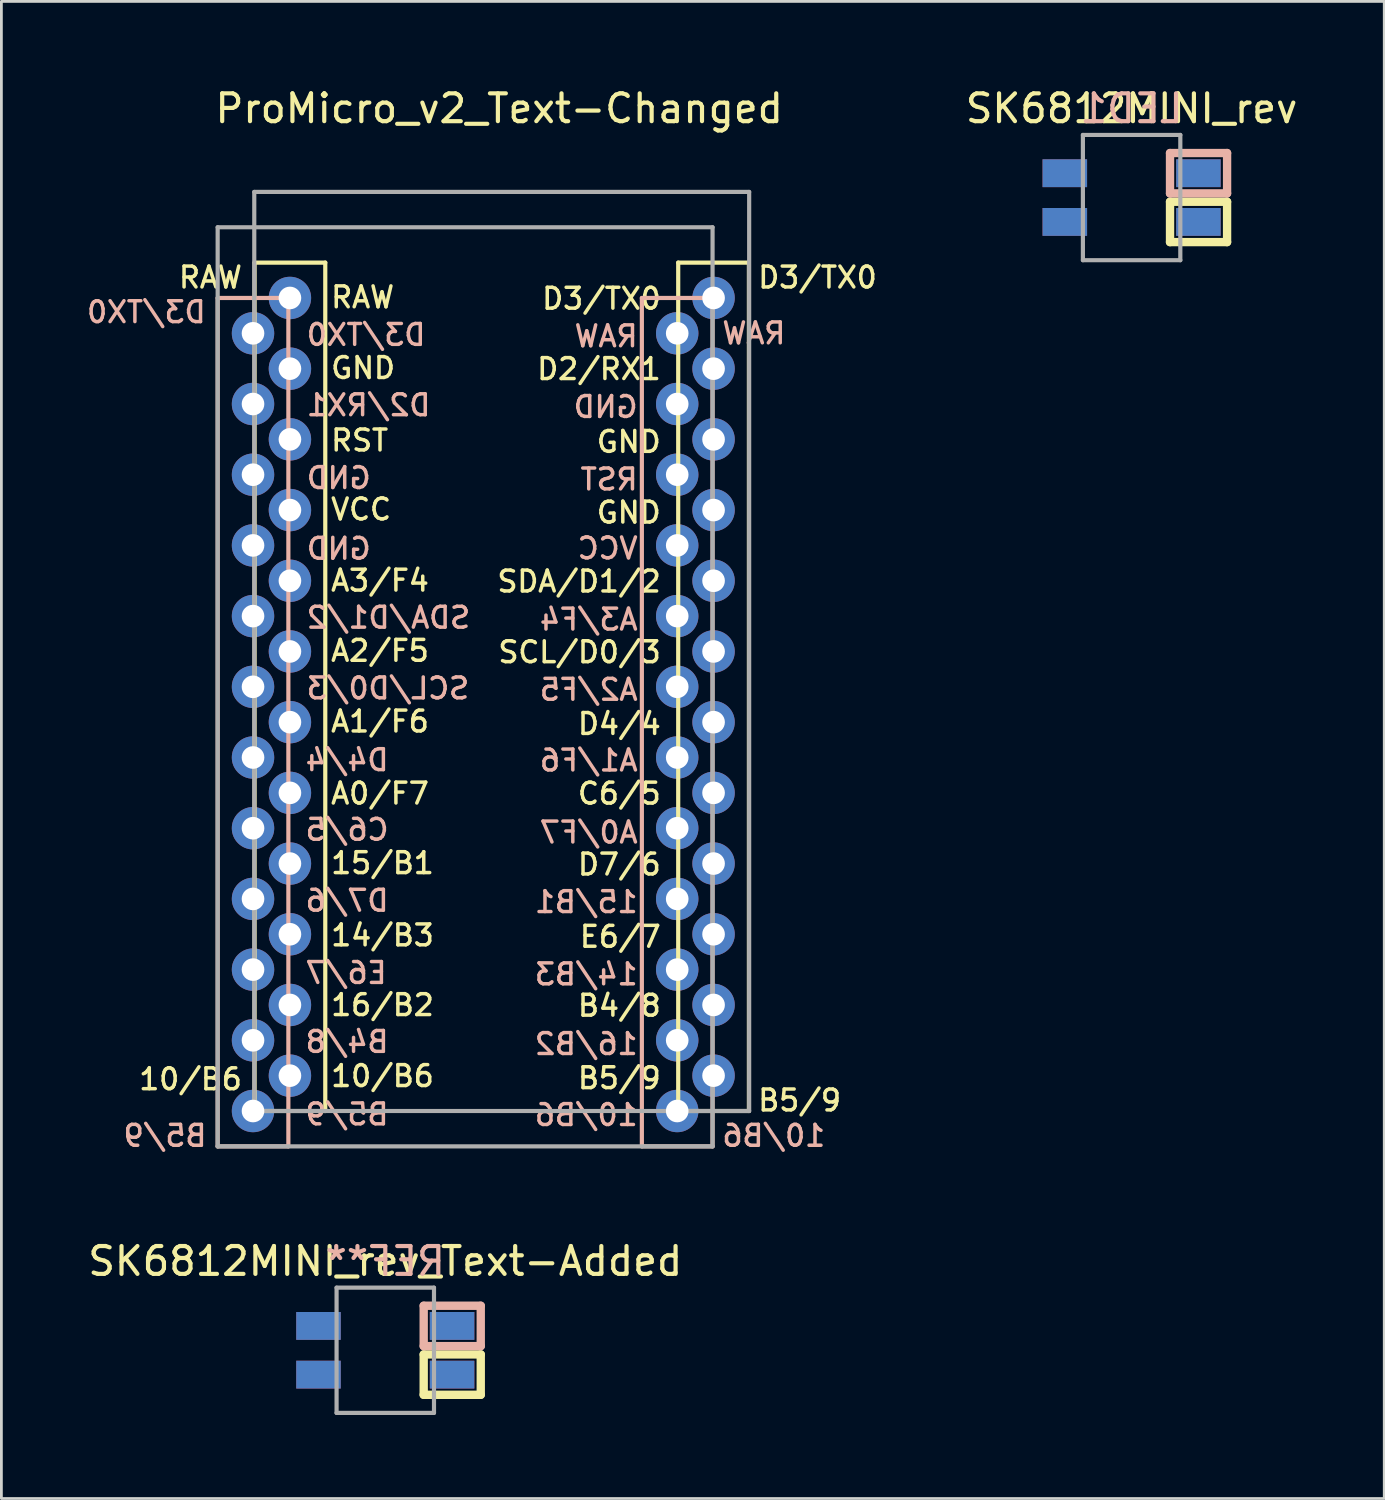
<source format=kicad_pcb>
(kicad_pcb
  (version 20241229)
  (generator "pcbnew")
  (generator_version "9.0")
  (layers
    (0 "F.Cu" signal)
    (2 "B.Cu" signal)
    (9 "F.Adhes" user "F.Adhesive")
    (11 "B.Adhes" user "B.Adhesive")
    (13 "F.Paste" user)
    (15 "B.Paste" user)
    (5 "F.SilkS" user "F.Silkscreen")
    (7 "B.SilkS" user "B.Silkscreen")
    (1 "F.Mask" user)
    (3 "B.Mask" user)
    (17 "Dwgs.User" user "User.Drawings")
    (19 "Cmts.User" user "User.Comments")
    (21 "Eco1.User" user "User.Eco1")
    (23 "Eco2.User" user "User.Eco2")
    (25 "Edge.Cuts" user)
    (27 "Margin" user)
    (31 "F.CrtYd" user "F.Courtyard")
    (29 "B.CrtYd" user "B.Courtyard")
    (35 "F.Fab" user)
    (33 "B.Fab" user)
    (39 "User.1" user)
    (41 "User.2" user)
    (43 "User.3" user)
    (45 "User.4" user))
  (footprint "SK6812MINI_rev_Text-Added"
    (layer "F.Cu")
    (at 10.792 45.461)
    (property "Reference" "SK6812MINI_rev_Text-Added" (at 0 -3.2 0) (layer "F.SilkS") (effects (font (size 1 1) (thickness 0.15))))
    (attr through_hole)
    (fp_line (start 1.38 0.15) (end 3.43 0.15) (stroke (width 0.3) (type solid)) (layer "F.SilkS"))
    (fp_line (start 1.38 1.6) (end 1.38 0.15) (stroke (width 0.3) (type solid)) (layer "F.SilkS"))
    (fp_line (start 3.43 0.15) (end 3.43 1.6) (stroke (width 0.3) (type solid)) (layer "F.SilkS"))
    (fp_line (start 3.43 1.6) (end 1.38 1.6) (stroke (width 0.3) (type solid)) (layer "F.SilkS"))
    (fp_line (start 1.38 -1.6) (end 3.43 -1.6) (stroke (width 0.3) (type solid)) (layer "B.SilkS"))
    (fp_line (start 1.38 -0.15) (end 1.38 -1.6) (stroke (width 0.3) (type solid)) (layer "B.SilkS"))
    (fp_line (start 3.43 -1.6) (end 3.43 -0.15) (stroke (width 0.3) (type solid)) (layer "B.SilkS"))
    (fp_line (start 3.43 -0.15) (end 1.38 -0.15) (stroke (width 0.3) (type solid)) (layer "B.SilkS"))
    (fp_line (start -1.75 -2.25) (end -1.75 2.25) (stroke (width 0.15) (type solid)) (layer "F.Fab"))
    (fp_line (start -1.75 -2.25) (end 1.75 -2.25) (stroke (width 0.15) (type solid)) (layer "F.Fab"))
    (fp_line (start 1.75 -2.25) (end 1.75 2.25) (stroke (width 0.15) (type solid)) (layer "F.Fab"))
    (fp_line (start 1.75 2.25) (end -1.75 2.25) (stroke (width 0.15) (type solid)) (layer "F.Fab"))
    (fp_text user "REF**" (at 0 -3.2 180) (layer "B.SilkS") (effects (font (size 1 1) (thickness 0.15)) (justify mirror)))
    (pad "1" smd rect (at -2.4 -0.875) (size 1.6 1) (layers "B.Cu" "B.Mask" "B.Paste"))
    (pad "1" smd rect (at -2.4 0.875) (size 1.6 1) (layers "F.Cu" "F.Mask" "F.Paste"))
    (pad "2" smd rect (at -2.4 -0.875) (size 1.6 1) (layers "F.Cu" "F.Mask" "F.Paste"))
    (pad "2" smd rect (at -2.4 0.875) (size 1.6 1) (layers "B.Cu" "B.Mask" "B.Paste"))
    (pad "3" smd rect (at 2.4 -0.875) (size 1.6 1) (layers "F.Cu" "F.Mask" "F.Paste"))
    (pad "3" smd rect (at 2.4 0.875) (size 1.6 1) (layers "B.Cu" "B.Mask" "B.Paste"))
    (pad "4" smd rect (at 2.4 -0.875) (size 1.6 1) (layers "B.Cu" "B.Mask" "B.Paste"))
    (pad "4" smd rect (at 2.4 0.875) (size 1.6 1) (layers "F.Cu" "F.Mask" "F.Paste")))
  (footprint "SK6812MINI_rev"
    (layer "F.Cu")
    (at 37.605 4.048)
    (property "Reference" "SK6812MINI_rev" (at 0 -3.2 0) (layer "F.SilkS") (effects (font (size 1 1) (thickness 0.15))))
    (attr through_hole)
    (fp_line (start 1.38 0.15) (end 3.43 0.15) (stroke (width 0.3) (type solid)) (layer "F.SilkS"))
    (fp_line (start 1.38 1.6) (end 1.38 0.15) (stroke (width 0.3) (type solid)) (layer "F.SilkS"))
    (fp_line (start 3.43 0.15) (end 3.43 1.6) (stroke (width 0.3) (type solid)) (layer "F.SilkS"))
    (fp_line (start 3.43 1.6) (end 1.38 1.6) (stroke (width 0.3) (type solid)) (layer "F.SilkS"))
    (fp_line (start 1.38 -1.6) (end 3.43 -1.6) (stroke (width 0.3) (type solid)) (layer "B.SilkS"))
    (fp_line (start 1.38 -0.15) (end 1.38 -1.6) (stroke (width 0.3) (type solid)) (layer "B.SilkS"))
    (fp_line (start 3.43 -1.6) (end 3.43 -0.15) (stroke (width 0.3) (type solid)) (layer "B.SilkS"))
    (fp_line (start 3.43 -0.15) (end 1.38 -0.15) (stroke (width 0.3) (type solid)) (layer "B.SilkS"))
    (fp_line (start -1.75 -2.25) (end -1.75 2.25) (stroke (width 0.15) (type solid)) (layer "F.Fab"))
    (fp_line (start -1.75 -2.25) (end 1.75 -2.25) (stroke (width 0.15) (type solid)) (layer "F.Fab"))
    (fp_line (start 1.75 -2.25) (end 1.75 2.25) (stroke (width 0.15) (type solid)) (layer "F.Fab"))
    (fp_line (start 1.75 2.25) (end -1.75 2.25) (stroke (width 0.15) (type solid)) (layer "F.Fab"))
    (fp_text user "LED1" (at 0 -3.2 180) (layer "B.SilkS") (effects (font (size 1 1) (thickness 0.15)) (justify mirror)))
    (pad "1" smd rect (at -2.4 -0.875) (size 1.6 1) (layers "B.Cu" "B.Mask" "B.Paste"))
    (pad "1" smd rect (at -2.4 0.875) (size 1.6 1) (layers "F.Cu" "F.Mask" "F.Paste"))
    (pad "2" smd rect (at -2.4 -0.875) (size 1.6 1) (layers "F.Cu" "F.Mask" "F.Paste"))
    (pad "2" smd rect (at -2.4 0.875) (size 1.6 1) (layers "B.Cu" "B.Mask" "B.Paste"))
    (pad "3" smd rect (at 2.4 -0.875) (size 1.6 1) (layers "F.Cu" "F.Mask" "F.Paste"))
    (pad "3" smd rect (at 2.4 0.875) (size 1.6 1) (layers "B.Cu" "B.Mask" "B.Paste"))
    (pad "4" smd rect (at 2.4 -0.875) (size 1.6 1) (layers "B.Cu" "B.Mask" "B.Paste"))
    (pad "4" smd rect (at 2.4 0.875) (size 1.6 1) (layers "F.Cu" "F.Mask" "F.Paste")))
  (footprint "ProMicro_v2_Text-Changed"
    (layer "F.Cu")
    (at 14.93 22.133)
    (property "Reference" "ProMicro_v2_Text-Changed" (at -0.045 -21.285 0) (layer "F.SilkS") (effects (font (size 1 1) (thickness 0.15))))
    (attr through_hole)
    (fp_line (start -8.834 -15.748) (end -6.294 -15.748) (stroke (width 0.15) (type solid)) (layer "F.SilkS"))
    (fp_line (start -8.834 14.732) (end -8.834 -15.748) (stroke (width 0.15) (type solid)) (layer "F.SilkS"))
    (fp_line (start -6.294 -15.748) (end -6.294 14.732) (stroke (width 0.15) (type solid)) (layer "F.SilkS"))
    (fp_line (start -6.294 14.732) (end -8.834 14.732) (stroke (width 0.15) (type solid)) (layer "F.SilkS"))
    (fp_line (start 6.386 -15.748) (end 8.926 -15.748) (stroke (width 0.15) (type solid)) (layer "F.SilkS"))
    (fp_line (start 6.386 14.732) (end 6.386 -15.748) (stroke (width 0.15) (type solid)) (layer "F.SilkS"))
    (fp_line (start 8.926 -15.748) (end 8.926 14.732) (stroke (width 0.15) (type solid)) (layer "F.SilkS"))
    (fp_line (start 8.926 14.732) (end 6.386 14.732) (stroke (width 0.15) (type solid)) (layer "F.SilkS"))
    (fp_line (start -10.16 -14.478) (end -7.62 -14.478) (stroke (width 0.15) (type solid)) (layer "B.SilkS"))
    (fp_line (start -10.16 16.002) (end -10.16 -14.478) (stroke (width 0.15) (type solid)) (layer "B.SilkS"))
    (fp_line (start -7.62 -14.478) (end -7.62 16.002) (stroke (width 0.15) (type solid)) (layer "B.SilkS"))
    (fp_line (start -7.62 16.002) (end -10.16 16.002) (stroke (width 0.15) (type solid)) (layer "B.SilkS"))
    (fp_line (start 5.08 -14.478) (end 7.62 -14.478) (stroke (width 0.15) (type solid)) (layer "B.SilkS"))
    (fp_line (start 5.08 16.002) (end 5.08 -14.478) (stroke (width 0.15) (type solid)) (layer "B.SilkS"))
    (fp_line (start 7.62 -14.478) (end 7.62 16.002) (stroke (width 0.15) (type solid)) (layer "B.SilkS"))
    (fp_line (start 7.62 16.002) (end 5.08 16.002) (stroke (width 0.15) (type solid)) (layer "B.SilkS"))
    (fp_line (start -10.16 -17.018) (end 7.62 -17.018) (stroke (width 0.15) (type solid)) (layer "F.Fab"))
    (fp_line (start -10.16 16.002) (end -10.16 -17.018) (stroke (width 0.15) (type solid)) (layer "F.Fab"))
    (fp_line (start -8.845 -18.288) (end 8.935 -18.288) (stroke (width 0.15) (type solid)) (layer "F.Fab"))
    (fp_line (start -8.845 14.732) (end -8.845 -18.288) (stroke (width 0.15) (type solid)) (layer "F.Fab"))
    (fp_line (start 7.62 -17.018) (end 7.62 16.002) (stroke (width 0.15) (type solid)) (layer "F.Fab"))
    (fp_line (start 7.62 16.002) (end -10.16 16.002) (stroke (width 0.15) (type solid)) (layer "F.Fab"))
    (fp_line (start 8.935 -18.288) (end 8.935 14.732) (stroke (width 0.15) (type solid)) (layer "F.Fab"))
    (fp_line (start 8.935 14.732) (end -8.845 14.732) (stroke (width 0.15) (type solid)) (layer "F.Fab"))
    (fp_text user "B5/9" (at 12.312 14.351 0) (layer "F.SilkS") (effects (font (size 0.75 0.75) (thickness 0.125)) (justify right)))
    (fp_text user "GND" (at -6.16 -11.963 0) (layer "F.SilkS") (effects (font (size 0.75 0.75) (thickness 0.125)) (justify left)))
    (fp_text user "10/B6" (at -13.056 13.589 0) (layer "F.SilkS") (effects (font (size 0.75 0.75) (thickness 0.125)) (justify left)))
    (fp_text user "GND" (at 5.835 -6.769 0) (layer "F.SilkS") (effects (font (size 0.75 0.75) (thickness 0.125)) (justify right)))
    (fp_text user "D2/RX1" (at 5.835 -11.925 0) (layer "F.SilkS") (effects (font (size 0.75 0.75) (thickness 0.125)) (justify right)))
    (fp_text user "D7/6" (at 5.835 5.875 0) (layer "F.SilkS") (effects (font (size 0.75 0.75) (thickness 0.125)) (justify right)))
    (fp_text user "14/B3" (at -6.16 8.42 0) (layer "F.SilkS") (effects (font (size 0.75 0.75) (thickness 0.125)) (justify left)))
    (fp_text user "GND" (at 5.835 -9.309 0) (layer "F.SilkS") (effects (font (size 0.75 0.75) (thickness 0.125)) (justify right)))
    (fp_text user "VCC" (at -6.16 -6.883 0) (layer "F.SilkS") (effects (font (size 0.75 0.75) (thickness 0.125)) (justify left)))
    (fp_text user "D4/4" (at 5.835 0.825 0) (layer "F.SilkS") (effects (font (size 0.75 0.75) (thickness 0.125)) (justify right)))
    (fp_text user "D3/TX0" (at 5.835 -14.453 0) (layer "F.SilkS") (effects (font (size 0.75 0.75) (thickness 0.125)) (justify right)))
    (fp_text user "D3/TX0" (at 13.598 -15.215 0) (layer "F.SilkS") (effects (font (size 0.75 0.75) (thickness 0.125)) (justify right)))
    (fp_text user "B4/8" (at 5.835 10.947 0) (layer "F.SilkS") (effects (font (size 0.75 0.75) (thickness 0.125)) (justify right)))
    (fp_text user "B5/9" (at 5.835 13.551 0) (layer "F.SilkS") (effects (font (size 0.75 0.75) (thickness 0.125)) (justify right)))
    (fp_text user "A2/F5" (at -6.16 -1.803 0) (layer "F.SilkS") (effects (font (size 0.75 0.75) (thickness 0.125)) (justify left)))
    (fp_text user "15/B1" (at -6.16 5.825 0) (layer "F.SilkS") (effects (font (size 0.75 0.75) (thickness 0.125)) (justify left)))
    (fp_text user "RAW" (at -6.16 -14.503 0) (layer "F.SilkS") (effects (font (size 0.75 0.75) (thickness 0.125)) (justify left)))
    (fp_text user "10/B6" (at -6.16 13.475 0) (layer "F.SilkS") (effects (font (size 0.75 0.75) (thickness 0.125)) (justify left)))
    (fp_text user "A1/F6" (at -6.16 0.737 0) (layer "F.SilkS") (effects (font (size 0.75 0.75) (thickness 0.125)) (justify left)))
    (fp_text user "SCL/D0/3" (at 5.835 -1.753 0) (layer "F.SilkS") (effects (font (size 0.75 0.75) (thickness 0.125)) (justify right)))
    (fp_text user "C6/5" (at 5.835 3.327 0) (layer "F.SilkS") (effects (font (size 0.75 0.75) (thickness 0.125)) (justify right)))
    (fp_text user "SDA/D1/2" (at 5.835 -4.293 0) (layer "F.SilkS") (effects (font (size 0.75 0.75) (thickness 0.125)) (justify right)))
    (fp_text user "" (at -1.516 -17.225 0) (layer "F.SilkS") (effects (font (size 1 1) (thickness 0.15))))
    (fp_text user "A0/F7" (at -6.16 3.325 0) (layer "F.SilkS") (effects (font (size 0.75 0.75) (thickness 0.125)) (justify left)))
    (fp_text user "RAW" (at -11.628 -15.215 180) (layer "F.SilkS") (effects (font (size 0.75 0.75) (thickness 0.125)) (justify left)))
    (fp_text user "16/B2" (at -6.16 10.925 0) (layer "F.SilkS") (effects (font (size 0.75 0.75) (thickness 0.125)) (justify left)))
    (fp_text user "RST" (at -6.16 -9.36 0) (layer "F.SilkS") (effects (font (size 0.75 0.75) (thickness 0.125)) (justify left)))
    (fp_text user "A3/F4" (at -6.16 -4.325 0) (layer "F.SilkS") (effects (font (size 0.75 0.75) (thickness 0.125)) (justify left)))
    (fp_text user "E6/7" (at 5.835 8.471 0) (layer "F.SilkS") (effects (font (size 0.75 0.75) (thickness 0.125)) (justify right)))
    (fp_text user "GND" (at -7.035 -8.009 0) (layer "B.SilkS") (effects (font (size 0.75 0.75) (thickness 0.125)) (justify right mirror)))
    (fp_text user "D4/4" (at -3.946 2.125 0) (layer "B.SilkS") (effects (font (size 0.75 0.75) (thickness 0.125)) (justify left mirror)))
    (fp_text user "RAW" (at 10.312 -13.208 0) (layer "B.SilkS") (effects (font (size 0.75 0.75) (thickness 0.125)) (justify left mirror)))
    (fp_text user "B5/9" (at -10.485 15.621 180) (layer "B.SilkS") (effects (font (size 0.75 0.75) (thickness 0.125)) (justify left mirror)))
    (fp_text user "" (at -2.223 -16.231 0) (layer "B.SilkS") (effects (font (size 1 1) (thickness 0.15)) (justify mirror)))
    (fp_text user "RST" (at 2.803 -7.96 0) (layer "B.SilkS") (effects (font (size 0.75 0.75) (thickness 0.125)) (justify right mirror)))
    (fp_text user "E6/7" (at -4.017 9.771 0) (layer "B.SilkS") (effects (font (size 0.75 0.75) (thickness 0.125)) (justify left mirror)))
    (fp_text user "D2/RX1" (at -7.035 -10.625 0) (layer "B.SilkS") (effects (font (size 0.75 0.75) (thickness 0.125)) (justify right mirror)))
    (fp_text user "A3/F4" (at 1.339 -2.925 0) (layer "B.SilkS") (effects (font (size 0.75 0.75) (thickness 0.125)) (justify right mirror)))
    (fp_text user "D7/6" (at -3.946 7.175 0) (layer "B.SilkS") (effects (font (size 0.75 0.75) (thickness 0.125)) (justify left mirror)))
    (fp_text user "D3/TX0" (at -14.93 -13.97 180) (layer "B.SilkS") (effects (font (size 0.75 0.75) (thickness 0.125)) (justify right mirror)))
    (fp_text user "10/B6" (at 1.16 14.875 0) (layer "B.SilkS") (effects (font (size 0.75 0.75) (thickness 0.125)) (justify right mirror)))
    (fp_text user "10/B6" (at 11.74 15.621 0) (layer "B.SilkS") (effects (font (size 0.75 0.75) (thickness 0.125)) (justify left mirror)))
    (fp_text user "VCC" (at 2.696 -5.483 0) (layer "B.SilkS") (effects (font (size 0.75 0.75) (thickness 0.125)) (justify right mirror)))
    (fp_text user "GND" (at 2.553 -10.563 0) (layer "B.SilkS") (effects (font (size 0.75 0.75) (thickness 0.125)) (justify right mirror)))
    (fp_text user "14/B3" (at 1.16 9.82 0) (layer "B.SilkS") (effects (font (size 0.75 0.75) (thickness 0.125)) (justify right mirror)))
    (fp_text user "SDA/D1/2" (at -7.035 -2.993 0) (layer "B.SilkS") (effects (font (size 0.75 0.75) (thickness 0.125)) (justify right mirror)))
    (fp_text user "D3/TX0" (at -7.035 -13.153 0) (layer "B.SilkS") (effects (font (size 0.75 0.75) (thickness 0.125)) (justify right mirror)))
    (fp_text user "16/B2" (at 1.16 12.325 0) (layer "B.SilkS") (effects (font (size 0.75 0.75) (thickness 0.125)) (justify right mirror)))
    (fp_text user "A1/F6" (at 1.339 2.137 0) (layer "B.SilkS") (effects (font (size 0.75 0.75) (thickness 0.125)) (justify right mirror)))
    (fp_text user "B4/8" (at -3.946 12.247 0) (layer "B.SilkS") (effects (font (size 0.75 0.75) (thickness 0.125)) (justify left mirror)))
    (fp_text user "SCL/D0/3" (at -7.035 -0.453 0) (layer "B.SilkS") (effects (font (size 0.75 0.75) (thickness 0.125)) (justify right mirror)))
    (fp_text user "A2/F5" (at 1.339 -0.403 0) (layer "B.SilkS") (effects (font (size 0.75 0.75) (thickness 0.125)) (justify right mirror)))
    (fp_text user "15/B1" (at 1.16 7.225 0) (layer "B.SilkS") (effects (font (size 0.75 0.75) (thickness 0.125)) (justify right mirror)))
    (fp_text user "B5/9" (at -3.946 14.851 0) (layer "B.SilkS") (effects (font (size 0.75 0.75) (thickness 0.125)) (justify left mirror)))
    (fp_text user "RAW" (at 2.589 -13.103 0) (layer "B.SilkS") (effects (font (size 0.75 0.75) (thickness 0.125)) (justify right mirror)))
    (fp_text user "A0/F7" (at 1.339 4.725 0) (layer "B.SilkS") (effects (font (size 0.75 0.75) (thickness 0.125)) (justify right mirror)))
    (fp_text user "C6/5" (at -3.946 4.627 0) (layer "B.SilkS") (effects (font (size 0.75 0.75) (thickness 0.125)) (justify left mirror)))
    (fp_text user "GND" (at -7.035 -5.469 0) (layer "B.SilkS") (effects (font (size 0.75 0.75) (thickness 0.125)) (justify right mirror)))
    (pad "1" thru_hole circle (at -8.89 -13.208) (size 1.524 1.524) (drill 0.813) (layers "*.Cu" "*.Mask"))
    (pad "1" thru_hole circle (at 7.656 -14.478) (size 1.524 1.524) (drill 0.813) (layers "*.Cu" "*.Mask"))
    (pad "2" thru_hole circle (at -8.89 -10.668) (size 1.524 1.524) (drill 0.813) (layers "*.Cu" "*.Mask"))
    (pad "2" thru_hole circle (at 7.656 -11.938) (size 1.524 1.524) (drill 0.813) (layers "*.Cu" "*.Mask"))
    (pad "3" thru_hole circle (at -8.89 -8.128) (size 1.524 1.524) (drill 0.813) (layers "*.Cu" "*.Mask"))
    (pad "3" thru_hole circle (at 7.656 -9.398) (size 1.524 1.524) (drill 0.813) (layers "*.Cu" "*.Mask"))
    (pad "4" thru_hole circle (at -8.89 -5.588) (size 1.524 1.524) (drill 0.813) (layers "*.Cu" "*.Mask"))
    (pad "4" thru_hole circle (at 7.656 -6.858) (size 1.524 1.524) (drill 0.813) (layers "*.Cu" "*.Mask"))
    (pad "5" thru_hole circle (at -8.89 -3.048) (size 1.524 1.524) (drill 0.813) (layers "*.Cu" "*.Mask"))
    (pad "5" thru_hole circle (at 7.656 -4.318) (size 1.524 1.524) (drill 0.813) (layers "*.Cu" "*.Mask"))
    (pad "6" thru_hole circle (at -8.89 -0.508) (size 1.524 1.524) (drill 0.813) (layers "*.Cu" "*.Mask"))
    (pad "6" thru_hole circle (at 7.656 -1.778) (size 1.524 1.524) (drill 0.813) (layers "*.Cu" "*.Mask"))
    (pad "7" thru_hole circle (at -8.89 2.032) (size 1.524 1.524) (drill 0.813) (layers "*.Cu" "*.Mask"))
    (pad "7" thru_hole circle (at 7.656 0.762) (size 1.524 1.524) (drill 0.813) (layers "*.Cu" "*.Mask"))
    (pad "8" thru_hole circle (at -8.89 4.572) (size 1.524 1.524) (drill 0.813) (layers "*.Cu" "*.Mask"))
    (pad "8" thru_hole circle (at 7.656 3.302) (size 1.524 1.524) (drill 0.813) (layers "*.Cu" "*.Mask"))
    (pad "9" thru_hole circle (at -8.89 7.112) (size 1.524 1.524) (drill 0.813) (layers "*.Cu" "*.Mask"))
    (pad "9" thru_hole circle (at 7.656 5.842) (size 1.524 1.524) (drill 0.813) (layers "*.Cu" "*.Mask"))
    (pad "10" thru_hole circle (at -8.89 9.652) (size 1.524 1.524) (drill 0.813) (layers "*.Cu" "*.Mask"))
    (pad "10" thru_hole circle (at 7.656 8.382) (size 1.524 1.524) (drill 0.813) (layers "*.Cu" "*.Mask"))
    (pad "11" thru_hole circle (at -8.89 12.192) (size 1.524 1.524) (drill 0.813) (layers "*.Cu" "*.Mask"))
    (pad "11" thru_hole circle (at 7.656 10.922) (size 1.524 1.524) (drill 0.813) (layers "*.Cu" "*.Mask"))
    (pad "12" thru_hole circle (at -8.89 14.732) (size 1.524 1.524) (drill 0.813) (layers "*.Cu" "*.Mask"))
    (pad "12" thru_hole circle (at 7.656 13.462) (size 1.524 1.524) (drill 0.813) (layers "*.Cu" "*.Mask"))
    (pad "13" thru_hole circle (at -7.564 13.462) (size 1.524 1.524) (drill 0.813) (layers "*.Cu" "*.Mask"))
    (pad "13" thru_hole circle (at 6.35 14.732) (size 1.524 1.524) (drill 0.813) (layers "*.Cu" "*.Mask"))
    (pad "14" thru_hole circle (at -7.564 10.922) (size 1.524 1.524) (drill 0.813) (layers "*.Cu" "*.Mask"))
    (pad "14" thru_hole circle (at 6.35 12.192) (size 1.524 1.524) (drill 0.813) (layers "*.Cu" "*.Mask"))
    (pad "15" thru_hole circle (at -7.564 8.382) (size 1.524 1.524) (drill 0.813) (layers "*.Cu" "*.Mask"))
    (pad "15" thru_hole circle (at 6.35 9.652) (size 1.524 1.524) (drill 0.813) (layers "*.Cu" "*.Mask"))
    (pad "16" thru_hole circle (at -7.564 5.842) (size 1.524 1.524) (drill 0.813) (layers "*.Cu" "*.Mask"))
    (pad "16" thru_hole circle (at 6.35 7.112) (size 1.524 1.524) (drill 0.813) (layers "*.Cu" "*.Mask"))
    (pad "17" thru_hole circle (at -7.564 3.302) (size 1.524 1.524) (drill 0.813) (layers "*.Cu" "*.Mask"))
    (pad "17" thru_hole circle (at 6.35 4.572) (size 1.524 1.524) (drill 0.813) (layers "*.Cu" "*.Mask"))
    (pad "18" thru_hole circle (at -7.564 0.762) (size 1.524 1.524) (drill 0.813) (layers "*.Cu" "*.Mask"))
    (pad "18" thru_hole circle (at 6.35 2.032) (size 1.524 1.524) (drill 0.813) (layers "*.Cu" "*.Mask"))
    (pad "19" thru_hole circle (at -7.564 -1.778) (size 1.524 1.524) (drill 0.813) (layers "*.Cu" "*.Mask"))
    (pad "19" thru_hole circle (at 6.35 -0.508) (size 1.524 1.524) (drill 0.813) (layers "*.Cu" "*.Mask"))
    (pad "20" thru_hole circle (at -7.564 -4.318) (size 1.524 1.524) (drill 0.813) (layers "*.Cu" "*.Mask"))
    (pad "20" thru_hole circle (at 6.35 -3.048) (size 1.524 1.524) (drill 0.813) (layers "*.Cu" "*.Mask"))
    (pad "21" thru_hole circle (at -7.564 -6.858) (size 1.524 1.524) (drill 0.813) (layers "*.Cu" "*.Mask"))
    (pad "21" thru_hole circle (at 6.35 -5.588) (size 1.524 1.524) (drill 0.813) (layers "*.Cu" "*.Mask"))
    (pad "22" thru_hole circle (at -7.564 -9.398) (size 1.524 1.524) (drill 0.813) (layers "*.Cu" "*.Mask"))
    (pad "22" thru_hole circle (at 6.35 -8.128) (size 1.524 1.524) (drill 0.813) (layers "*.Cu" "*.Mask"))
    (pad "23" thru_hole circle (at -7.564 -11.938) (size 1.524 1.524) (drill 0.813) (layers "*.Cu" "*.Mask"))
    (pad "23" thru_hole circle (at 6.35 -10.668) (size 1.524 1.524) (drill 0.813) (layers "*.Cu" "*.Mask"))
    (pad "24" thru_hole circle (at -7.564 -14.478) (size 1.524 1.524) (drill 0.813) (layers "*.Cu" "*.Mask"))
    (pad "24" thru_hole circle (at 6.35 -13.208) (size 1.524 1.524) (drill 0.813) (layers "*.Cu" "*.Mask")))
  (gr_rect
    (start -3 -3)
    (end 46.682 50.786)
    (stroke (width 0.1) (type default))
    (fill no)
    (layer "Edge.Cuts")))
</source>
